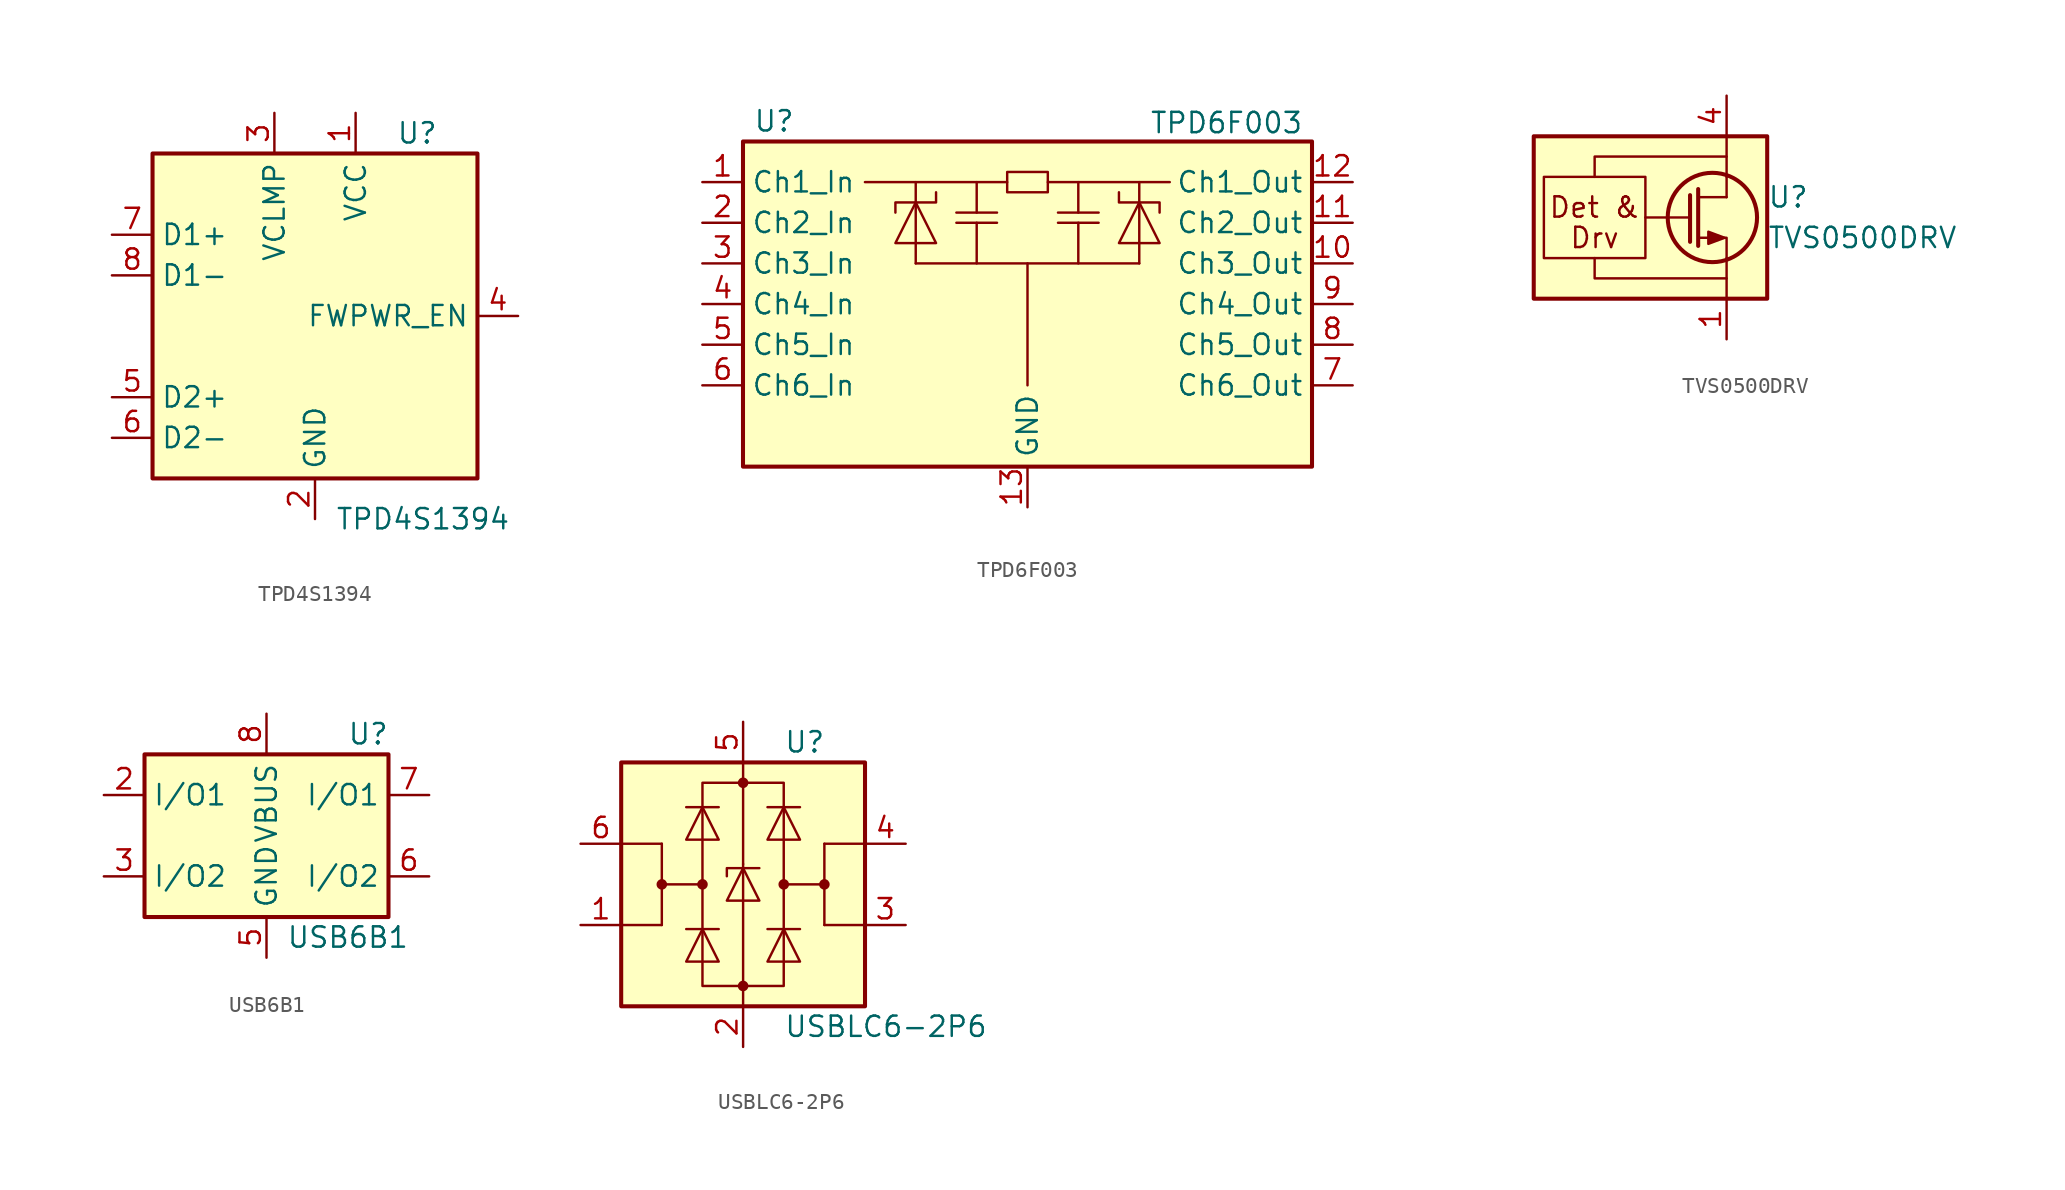
<source format=kicad_sym>
(kicad_symbol_lib
  (version 20211014)
  (generator kicad_symbol_editor)
  (symbol "TPD4S1394"
    (property "Reference" "U"
      (at 5.08 11.43 0)
      (effects (font (size 1.27 1.27)) (justify left)))
    (property "Value" "TPD4S1394"
      (at 1.27 -12.7 0)
      (effects (font (size 1.27 1.27)) (justify left)))
    (symbol "TPD4S1394_0_1"
      (rectangle (start -10.16 10.16) (end 10.16 -10.16) (stroke (width 0.254) (type default) (color 0 0 0 0)) (fill (type background))))
    (symbol "TPD4S1394_1_1"
      (pin power_in line (at 2.54 12.7 270) (length 2.54) (name "VCC" (effects (font (size 1.27 1.27)))) (number "1" (effects (font (size 1.27 1.27)))))
      (pin power_in line (at 0 -12.7 90) (length 2.54) (name "GND" (effects (font (size 1.27 1.27)))) (number "2" (effects (font (size 1.27 1.27)))))
      (pin passive line (at -2.54 12.7 270) (length 2.54) (name "VCLMP" (effects (font (size 1.27 1.27)))) (number "3" (effects (font (size 1.27 1.27)))))
      (pin passive line (at 12.7 0 180) (length 2.54) (name "FWPWR_EN" (effects (font (size 1.27 1.27)))) (number "4" (effects (font (size 1.27 1.27)))))
      (pin passive line (at -12.7 -5.08 0) (length 2.54) (name "D2+" (effects (font (size 1.27 1.27)))) (number "5" (effects (font (size 1.27 1.27)))))
      (pin passive line (at -12.7 -7.62 0) (length 2.54) (name "D2-" (effects (font (size 1.27 1.27)))) (number "6" (effects (font (size 1.27 1.27)))))
      (pin passive line (at -12.7 5.08 0) (length 2.54) (name "D1+" (effects (font (size 1.27 1.27)))) (number "7" (effects (font (size 1.27 1.27)))))
      (pin passive line (at -12.7 2.54 0) (length 2.54) (name "D1-" (effects (font (size 1.27 1.27)))) (number "8" (effects (font (size 1.27 1.27)))))))
  (symbol "TPD6F003"
    (property "Reference" "U"
      (at -17.145 11.43 0)
      (effects (font (size 1.27 1.27)) (justify left)))
    (property "Value" "TPD6F003"
      (at 7.62 12.065 0)
      (effects (font (size 1.27 1.27)) (justify left top)))
    (symbol "TPD6F003_0_1"
      (rectangle (start -17.78 10.16) (end 17.78 -10.16) (stroke (width 0.254) (type default) (color 0 0 0 0)) (fill (type background)))
      (polyline (pts (xy -6.985 2.54) (xy 6.985 2.54)) (stroke (width 0) (type default) (color 0 0 0 0)) (fill (type none)))
      (polyline (pts (xy -6.985 6.35) (xy -6.985 7.62)) (stroke (width 0) (type default) (color 0 0 0 0)) (fill (type none)))
      (polyline (pts (xy -4.445 5.715) (xy -1.905 5.715)) (stroke (width 0) (type default) (color 0 0 0 0)) (fill (type none)))
      (polyline (pts (xy -3.175 5.08) (xy -3.175 2.54)) (stroke (width 0) (type default) (color 0 0 0 0)) (fill (type none)))
      (polyline (pts (xy -3.175 7.62) (xy -3.175 5.715)) (stroke (width 0) (type default) (color 0 0 0 0)) (fill (type none)))
      (polyline (pts (xy -1.905 5.08) (xy -4.445 5.08)) (stroke (width 0) (type default) (color 0 0 0 0)) (fill (type none)))
      (polyline (pts (xy -1.27 7.62) (xy -10.16 7.62)) (stroke (width 0) (type default) (color 0 0 0 0)) (fill (type none)))
      (polyline (pts (xy 0 2.54) (xy 0 -5.08)) (stroke (width 0) (type default) (color 0 0 0 0)) (fill (type none)))
      (polyline (pts (xy 1.27 7.62) (xy 8.89 7.62)) (stroke (width 0) (type default) (color 0 0 0 0)) (fill (type none)))
      (polyline (pts (xy 1.905 5.715) (xy 4.445 5.715)) (stroke (width 0) (type default) (color 0 0 0 0)) (fill (type none)))
      (polyline (pts (xy 3.175 5.08) (xy 3.175 2.54)) (stroke (width 0) (type default) (color 0 0 0 0)) (fill (type none)))
      (polyline (pts (xy 3.175 7.62) (xy 3.175 5.715)) (stroke (width 0) (type default) (color 0 0 0 0)) (fill (type none)))
      (polyline (pts (xy 4.445 5.08) (xy 1.905 5.08)) (stroke (width 0) (type default) (color 0 0 0 0)) (fill (type none)))
      (polyline (pts (xy 6.985 6.35) (xy 6.985 7.62)) (stroke (width 0) (type default) (color 0 0 0 0)) (fill (type none)))
      (polyline (pts (xy -6.985 3.81) (xy -6.985 6.35) (xy -6.985 2.54)) (stroke (width 0) (type default) (color 0 0 0 0)) (fill (type none)))
      (polyline (pts (xy 6.985 3.81) (xy 6.985 6.35) (xy 6.985 2.54)) (stroke (width 0) (type default) (color 0 0 0 0)) (fill (type none)))
      (polyline (pts (xy -6.985 6.35) (xy -5.715 3.81) (xy -8.255 3.81) (xy -6.985 6.35)) (stroke (width 0) (type default) (color 0 0 0 0)) (fill (type none)))
      (polyline (pts (xy -5.715 6.985) (xy -5.715 6.35) (xy -8.255 6.35) (xy -8.255 5.715)) (stroke (width 0) (type default) (color 0 0 0 0)) (fill (type none)))
      (polyline (pts (xy 5.715 6.985) (xy 5.715 6.35) (xy 8.255 6.35) (xy 8.255 5.715)) (stroke (width 0) (type default) (color 0 0 0 0)) (fill (type none)))
      (polyline (pts (xy 6.985 6.35) (xy 5.715 3.81) (xy 8.255 3.81) (xy 6.985 6.35)) (stroke (width 0) (type default) (color 0 0 0 0)) (fill (type none)))
      (polyline (pts (xy -1.27 7.62) (xy -1.27 6.985) (xy 1.27 6.985) (xy 1.27 8.255) (xy -1.27 8.255) (xy -1.27 7.62)) (stroke (width 0) (type default) (color 0 0 0 0)) (fill (type none))))
    (symbol "TPD6F003_1_1"
      (pin passive line (at -20.32 7.62 0) (length 2.54) (name "Ch1_In" (effects (font (size 1.27 1.27)))) (number "1" (effects (font (size 1.27 1.27)))))
      (pin passive line (at 20.32 2.54 180) (length 2.54) (name "Ch3_Out" (effects (font (size 1.27 1.27)))) (number "10" (effects (font (size 1.27 1.27)))))
      (pin passive line (at 20.32 5.08 180) (length 2.54) (name "Ch2_Out" (effects (font (size 1.27 1.27)))) (number "11" (effects (font (size 1.27 1.27)))))
      (pin passive line (at 20.32 7.62 180) (length 2.54) (name "Ch1_Out" (effects (font (size 1.27 1.27)))) (number "12" (effects (font (size 1.27 1.27)))))
      (pin power_in line (at 0 -12.7 90) (length 2.54) (name "GND" (effects (font (size 1.27 1.27)))) (number "13" (effects (font (size 1.27 1.27)))))
      (pin passive line (at -20.32 5.08 0) (length 2.54) (name "Ch2_In" (effects (font (size 1.27 1.27)))) (number "2" (effects (font (size 1.27 1.27)))))
      (pin passive line (at -20.32 2.54 0) (length 2.54) (name "Ch3_In" (effects (font (size 1.27 1.27)))) (number "3" (effects (font (size 1.27 1.27)))))
      (pin passive line (at -20.32 0 0) (length 2.54) (name "Ch4_In" (effects (font (size 1.27 1.27)))) (number "4" (effects (font (size 1.27 1.27)))))
      (pin passive line (at -20.32 -2.54 0) (length 2.54) (name "Ch5_In" (effects (font (size 1.27 1.27)))) (number "5" (effects (font (size 1.27 1.27)))))
      (pin passive line (at -20.32 -5.08 0) (length 2.54) (name "Ch6_In" (effects (font (size 1.27 1.27)))) (number "6" (effects (font (size 1.27 1.27)))))
      (pin passive line (at 20.32 -5.08 180) (length 2.54) (name "Ch6_Out" (effects (font (size 1.27 1.27)))) (number "7" (effects (font (size 1.27 1.27)))))
      (pin passive line (at 20.32 -2.54 180) (length 2.54) (name "Ch5_Out" (effects (font (size 1.27 1.27)))) (number "8" (effects (font (size 1.27 1.27)))))
      (pin passive line (at 20.32 0 180) (length 2.54) (name "Ch4_Out" (effects (font (size 1.27 1.27)))) (number "9" (effects (font (size 1.27 1.27)))))))
  (symbol "TVS0500DRV"
    (pin_names
      (offset 0) hide)
    (property "Reference" "U"
      (at 2.54 1.27 0)
      (effects (font (size 1.27 1.27)) (justify left)))
    (property "Value" "TVS0500DRV"
      (at 2.54 -1.27 0)
      (effects (font (size 1.27 1.27)) (justify left)))
    (symbol "TVS0500DRV_0_0"
      (rectangle (start -11.43 2.54) (end -5.08 -2.54) (stroke (width 0) (type default) (color 0 0 0 0)) (fill (type none)))
      (polyline (pts (xy 0 1.27) (xy -1.778 1.27)) (stroke (width 0) (type default) (color 0 0 0 0)) (fill (type none)))
      (polyline (pts (xy -8.255 -2.54) (xy -8.255 -3.81) (xy 0 -3.81)) (stroke (width 0) (type default) (color 0 0 0 0)) (fill (type none)))
      (polyline (pts (xy -8.255 2.54) (xy -8.255 3.81) (xy 0 3.81)) (stroke (width 0) (type default) (color 0 0 0 0)) (fill (type none)))
      (text "Det &" (at -8.255 0.635 0) (effects (font (size 1.27 1.27))))
      (text "Drv" (at -8.255 -1.27 0) (effects (font (size 1.27 1.27)))))
    (symbol "TVS0500DRV_0_1"
      (rectangle (start -12.065 5.08) (end 2.54 -5.08) (stroke (width 0.254) (type default) (color 0 0 0 0)) (fill (type background)))
      (circle (center -0.889 0) (radius 2.794) (stroke (width 0.254) (type default) (color 0 0 0 0)) (fill (type none)))
      (polyline (pts (xy -2.286 0) (xy -5.08 0)) (stroke (width 0) (type default) (color 0 0 0 0)) (fill (type none)))
      (polyline (pts (xy -2.286 1.397) (xy -2.286 -1.524)) (stroke (width 0.254) (type default) (color 0 0 0 0)) (fill (type none)))
      (polyline (pts (xy -1.778 1.778) (xy -1.778 -1.778)) (stroke (width 0.254) (type default) (color 0 0 0 0)) (fill (type none)))
      (polyline (pts (xy 0 -2.54) (xy 0 -5.08)) (stroke (width 0) (type default) (color 0 0 0 0)) (fill (type none)))
      (polyline (pts (xy 0 2.54) (xy 0 1.27)) (stroke (width 0) (type default) (color 0 0 0 0)) (fill (type none)))
      (polyline (pts (xy 0 5.08) (xy 0 2.54)) (stroke (width 0) (type default) (color 0 0 0 0)) (fill (type none)))
      (polyline (pts (xy 0 -2.54) (xy 0 -1.27) (xy -1.778 -1.27)) (stroke (width 0) (type default) (color 0 0 0 0)) (fill (type none)))
      (polyline (pts (xy -0.127 -1.27) (xy -1.143 -1.651) (xy -1.143 -0.889) (xy -0.127 -1.27)) (stroke (width 0) (type default) (color 0 0 0 0)) (fill (type outline))))
    (symbol "TVS0500DRV_1_1"
      (pin power_in line (at 0 -7.62 90) (length 2.54) (name "GND" (effects (font (size 1.27 1.27)))) (number "1" (effects (font (size 1.27 1.27)))))
      (pin power_in line (at 0 -7.62 90) (length 2.54) hide (name "GND" (effects (font (size 1.27 1.27)))) (number "2" (effects (font (size 1.27 1.27)))))
      (pin power_in line (at 0 -7.62 90) (length 2.54) hide (name "GND" (effects (font (size 1.27 1.27)))) (number "3" (effects (font (size 1.27 1.27)))))
      (pin passive line (at 0 7.62 270) (length 2.54) (name "IN" (effects (font (size 1.27 1.27)))) (number "4" (effects (font (size 1.27 1.27)))))
      (pin passive line (at 0 7.62 270) (length 2.54) hide (name "IN" (effects (font (size 1.27 1.27)))) (number "5" (effects (font (size 1.27 1.27)))))
      (pin passive line (at 0 7.62 270) (length 2.54) hide (name "IN" (effects (font (size 1.27 1.27)))) (number "6" (effects (font (size 1.27 1.27)))))
      (pin power_in line (at 0 -7.62 90) (length 2.54) hide (name "GND" (effects (font (size 1.27 1.27)))) (number "7" (effects (font (size 1.27 1.27)))))))
  (symbol "USB6B1"
    (property "Reference" "U"
      (at 6.35 6.35 0)
      (effects (font (size 1.27 1.27))))
    (property "Value" "USB6B1"
      (at 5.08 -6.35 0)
      (effects (font (size 1.27 1.27))))
    (symbol "USB6B1_0_1"
      (rectangle (start -7.62 -5.08) (end 7.62 5.08) (stroke (width 0.254) (type default) (color 0 0 0 0)) (fill (type background))))
    (symbol "USB6B1_1_1"
      (pin passive line (at 0 7.62 270) (length 2.54) hide (name "VBUS" (effects (font (size 1.27 1.27)))) (number "1" (effects (font (size 1.27 1.27)))))
      (pin passive line (at -10.16 2.54 0) (length 2.54) (name "I/O1" (effects (font (size 1.27 1.27)))) (number "2" (effects (font (size 1.27 1.27)))))
      (pin passive line (at -10.16 -2.54 0) (length 2.54) (name "I/O2" (effects (font (size 1.27 1.27)))) (number "3" (effects (font (size 1.27 1.27)))))
      (pin passive line (at 0 -7.62 90) (length 2.54) hide (name "GND" (effects (font (size 1.27 1.27)))) (number "4" (effects (font (size 1.27 1.27)))))
      (pin passive line (at 0 -7.62 90) (length 2.54) (name "GND" (effects (font (size 1.27 1.27)))) (number "5" (effects (font (size 1.27 1.27)))))
      (pin passive line (at 10.16 -2.54 180) (length 2.54) (name "I/O2" (effects (font (size 1.27 1.27)))) (number "6" (effects (font (size 1.27 1.27)))))
      (pin passive line (at 10.16 2.54 180) (length 2.54) (name "I/O1" (effects (font (size 1.27 1.27)))) (number "7" (effects (font (size 1.27 1.27)))))
      (pin passive line (at 0 7.62 270) (length 2.54) (name "VBUS" (effects (font (size 1.27 1.27)))) (number "8" (effects (font (size 1.27 1.27)))))))
  (symbol "USBLC6-2P6"
    (pin_names hide)
    (property "Reference" "U"
      (at 2.54 8.89 0)
      (effects (font (size 1.27 1.27)) (justify left)))
    (property "Value" "USBLC6-2P6"
      (at 2.54 -8.89 0)
      (effects (font (size 1.27 1.27)) (justify left)))
    (symbol "USBLC6-2P6_0_1"
      (rectangle (start -7.62 -7.62) (end 7.62 7.62) (stroke (width 0.254) (type default) (color 0 0 0 0)) (fill (type background)))
      (circle (center -5.08 0) (radius 0.254) (stroke (width 0) (type default) (color 0 0 0 0)) (fill (type outline)))
      (circle (center -2.54 0) (radius 0.254) (stroke (width 0) (type default) (color 0 0 0 0)) (fill (type outline)))
      (rectangle (start -2.54 6.35) (end 2.54 -6.35) (stroke (width 0) (type default) (color 0 0 0 0)) (fill (type none)))
      (circle (center 0 -6.35) (radius 0.254) (stroke (width 0) (type default) (color 0 0 0 0)) (fill (type outline)))
      (polyline (pts (xy -5.08 -2.54) (xy -7.62 -2.54)) (stroke (width 0) (type default) (color 0 0 0 0)) (fill (type none)))
      (polyline (pts (xy -5.08 0) (xy -5.08 -2.54)) (stroke (width 0) (type default) (color 0 0 0 0)) (fill (type none)))
      (polyline (pts (xy -5.08 2.54) (xy -7.62 2.54)) (stroke (width 0) (type default) (color 0 0 0 0)) (fill (type none)))
      (polyline (pts (xy -1.524 -2.794) (xy -3.556 -2.794)) (stroke (width 0) (type default) (color 0 0 0 0)) (fill (type none)))
      (polyline (pts (xy -1.524 4.826) (xy -3.556 4.826)) (stroke (width 0) (type default) (color 0 0 0 0)) (fill (type none)))
      (polyline (pts (xy 0 -7.62) (xy 0 -6.35)) (stroke (width 0) (type default) (color 0 0 0 0)) (fill (type none)))
      (polyline (pts (xy 0 -6.35) (xy 0 1.27)) (stroke (width 0) (type default) (color 0 0 0 0)) (fill (type none)))
      (polyline (pts (xy 0 1.27) (xy 0 6.35)) (stroke (width 0) (type default) (color 0 0 0 0)) (fill (type none)))
      (polyline (pts (xy 0 6.35) (xy 0 7.62)) (stroke (width 0) (type default) (color 0 0 0 0)) (fill (type none)))
      (polyline (pts (xy 1.524 -2.794) (xy 3.556 -2.794)) (stroke (width 0) (type default) (color 0 0 0 0)) (fill (type none)))
      (polyline (pts (xy 1.524 4.826) (xy 3.556 4.826)) (stroke (width 0) (type default) (color 0 0 0 0)) (fill (type none)))
      (polyline (pts (xy 5.08 -2.54) (xy 7.62 -2.54)) (stroke (width 0) (type default) (color 0 0 0 0)) (fill (type none)))
      (polyline (pts (xy 5.08 0) (xy 5.08 -2.54)) (stroke (width 0) (type default) (color 0 0 0 0)) (fill (type none)))
      (polyline (pts (xy 5.08 2.54) (xy 7.62 2.54)) (stroke (width 0) (type default) (color 0 0 0 0)) (fill (type none)))
      (polyline (pts (xy -2.54 0) (xy -5.08 0) (xy -5.08 2.54)) (stroke (width 0) (type default) (color 0 0 0 0)) (fill (type none)))
      (polyline (pts (xy 2.54 0) (xy 5.08 0) (xy 5.08 2.54)) (stroke (width 0) (type default) (color 0 0 0 0)) (fill (type none)))
      (polyline (pts (xy -3.556 -4.826) (xy -1.524 -4.826) (xy -2.54 -2.794) (xy -3.556 -4.826)) (stroke (width 0) (type default) (color 0 0 0 0)) (fill (type none)))
      (polyline (pts (xy -3.556 2.794) (xy -1.524 2.794) (xy -2.54 4.826) (xy -3.556 2.794)) (stroke (width 0) (type default) (color 0 0 0 0)) (fill (type none)))
      (polyline (pts (xy -1.016 -1.016) (xy 1.016 -1.016) (xy 0 1.016) (xy -1.016 -1.016)) (stroke (width 0) (type default) (color 0 0 0 0)) (fill (type none)))
      (polyline (pts (xy 1.016 1.016) (xy 0.762 1.016) (xy -1.016 1.016) (xy -1.016 0.508)) (stroke (width 0) (type default) (color 0 0 0 0)) (fill (type none)))
      (polyline (pts (xy 3.556 -4.826) (xy 1.524 -4.826) (xy 2.54 -2.794) (xy 3.556 -4.826)) (stroke (width 0) (type default) (color 0 0 0 0)) (fill (type none)))
      (polyline (pts (xy 3.556 2.794) (xy 1.524 2.794) (xy 2.54 4.826) (xy 3.556 2.794)) (stroke (width 0) (type default) (color 0 0 0 0)) (fill (type none)))
      (circle (center 0 6.35) (radius 0.254) (stroke (width 0) (type default) (color 0 0 0 0)) (fill (type outline)))
      (circle (center 2.54 0) (radius 0.254) (stroke (width 0) (type default) (color 0 0 0 0)) (fill (type outline)))
      (circle (center 5.08 0) (radius 0.254) (stroke (width 0) (type default) (color 0 0 0 0)) (fill (type outline))))
    (symbol "USBLC6-2P6_1_1"
      (pin passive line (at -10.16 -2.54 0) (length 2.54) (name "I/O1" (effects (font (size 1.27 1.27)))) (number "1" (effects (font (size 1.27 1.27)))))
      (pin passive line (at 0 -10.16 90) (length 2.54) (name "GND" (effects (font (size 1.27 1.27)))) (number "2" (effects (font (size 1.27 1.27)))))
      (pin passive line (at 10.16 -2.54 180) (length 2.54) (name "I/O2" (effects (font (size 1.27 1.27)))) (number "3" (effects (font (size 1.27 1.27)))))
      (pin passive line (at 10.16 2.54 180) (length 2.54) (name "I/O2" (effects (font (size 1.27 1.27)))) (number "4" (effects (font (size 1.27 1.27)))))
      (pin passive line (at 0 10.16 270) (length 2.54) (name "VBUS" (effects (font (size 1.27 1.27)))) (number "5" (effects (font (size 1.27 1.27)))))
      (pin passive line (at -10.16 2.54 0) (length 2.54) (name "I/O1" (effects (font (size 1.27 1.27)))) (number "6" (effects (font (size 1.27 1.27))))))))
</source>
